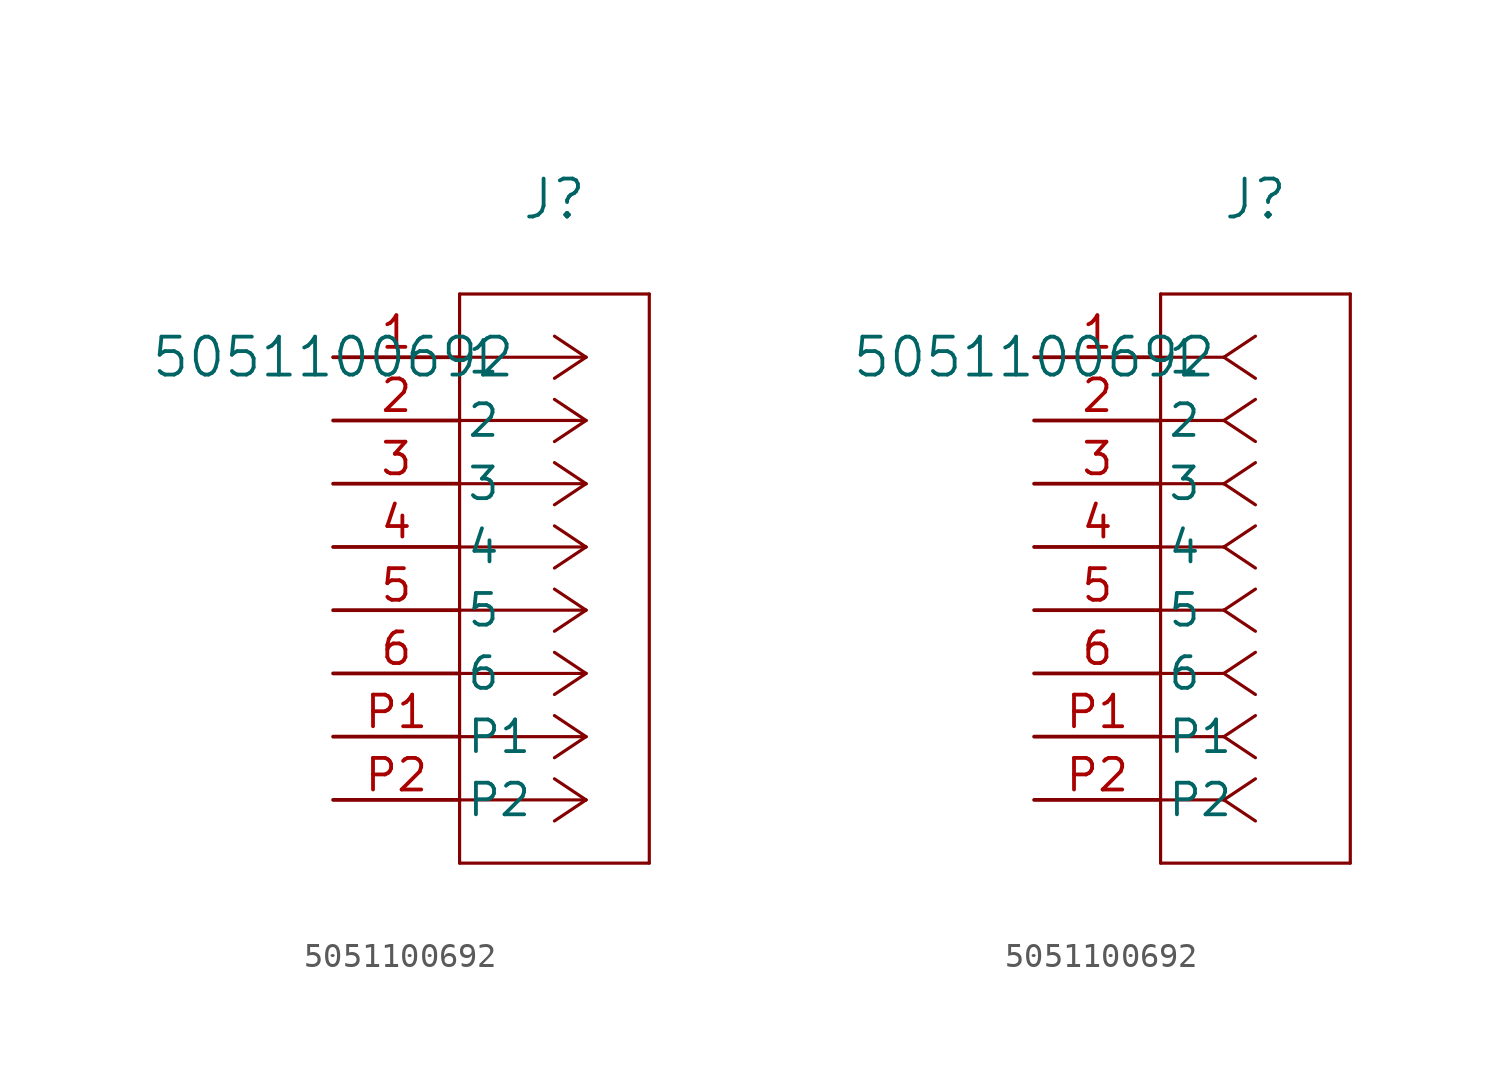
<source format=kicad_sym>
(kicad_symbol_lib
  (version 20211014)
  (generator kicad_symbol_editor)
  (symbol "5051100692"
    (pin_names
      (offset 0.254))
    (property "Reference" "J"
      (at 8.89 6.35 0)
      (effects (font (size 1.524 1.524))))
    (property "Value" "5051100692"
      (at 0 0 0)
      (effects (font (size 1.524 1.524))))
    (symbol "5051100692_1_1"
      (polyline (pts (xy 10.16 0) (xy 5.08 0)) (stroke (width 0.127) (type default) (color 0 0 0 0)) (fill (type none)))
      (polyline (pts (xy 10.16 -2.54) (xy 5.08 -2.54)) (stroke (width 0.127) (type default) (color 0 0 0 0)) (fill (type none)))
      (polyline (pts (xy 10.16 -5.08) (xy 5.08 -5.08)) (stroke (width 0.127) (type default) (color 0 0 0 0)) (fill (type none)))
      (polyline (pts (xy 10.16 -7.62) (xy 5.08 -7.62)) (stroke (width 0.127) (type default) (color 0 0 0 0)) (fill (type none)))
      (polyline (pts (xy 10.16 -10.16) (xy 5.08 -10.16)) (stroke (width 0.127) (type default) (color 0 0 0 0)) (fill (type none)))
      (polyline (pts (xy 10.16 -12.7) (xy 5.08 -12.7)) (stroke (width 0.127) (type default) (color 0 0 0 0)) (fill (type none)))
      (polyline (pts (xy 10.16 -15.24) (xy 5.08 -15.24)) (stroke (width 0.127) (type default) (color 0 0 0 0)) (fill (type none)))
      (polyline (pts (xy 10.16 -17.78) (xy 5.08 -17.78)) (stroke (width 0.127) (type default) (color 0 0 0 0)) (fill (type none)))
      (polyline (pts (xy 10.16 0) (xy 8.89 0.847)) (stroke (width 0.127) (type default) (color 0 0 0 0)) (fill (type none)))
      (polyline (pts (xy 10.16 -2.54) (xy 8.89 -1.693)) (stroke (width 0.127) (type default) (color 0 0 0 0)) (fill (type none)))
      (polyline (pts (xy 10.16 -5.08) (xy 8.89 -4.233)) (stroke (width 0.127) (type default) (color 0 0 0 0)) (fill (type none)))
      (polyline (pts (xy 10.16 -7.62) (xy 8.89 -6.773)) (stroke (width 0.127) (type default) (color 0 0 0 0)) (fill (type none)))
      (polyline (pts (xy 10.16 -10.16) (xy 8.89 -9.313)) (stroke (width 0.127) (type default) (color 0 0 0 0)) (fill (type none)))
      (polyline (pts (xy 10.16 -12.7) (xy 8.89 -11.853)) (stroke (width 0.127) (type default) (color 0 0 0 0)) (fill (type none)))
      (polyline (pts (xy 10.16 -15.24) (xy 8.89 -14.393)) (stroke (width 0.127) (type default) (color 0 0 0 0)) (fill (type none)))
      (polyline (pts (xy 10.16 -17.78) (xy 8.89 -16.933)) (stroke (width 0.127) (type default) (color 0 0 0 0)) (fill (type none)))
      (polyline (pts (xy 10.16 0) (xy 8.89 -0.847)) (stroke (width 0.127) (type default) (color 0 0 0 0)) (fill (type none)))
      (polyline (pts (xy 10.16 -2.54) (xy 8.89 -3.387)) (stroke (width 0.127) (type default) (color 0 0 0 0)) (fill (type none)))
      (polyline (pts (xy 10.16 -5.08) (xy 8.89 -5.927)) (stroke (width 0.127) (type default) (color 0 0 0 0)) (fill (type none)))
      (polyline (pts (xy 10.16 -7.62) (xy 8.89 -8.467)) (stroke (width 0.127) (type default) (color 0 0 0 0)) (fill (type none)))
      (polyline (pts (xy 10.16 -10.16) (xy 8.89 -11.007)) (stroke (width 0.127) (type default) (color 0 0 0 0)) (fill (type none)))
      (polyline (pts (xy 10.16 -12.7) (xy 8.89 -13.547)) (stroke (width 0.127) (type default) (color 0 0 0 0)) (fill (type none)))
      (polyline (pts (xy 10.16 -15.24) (xy 8.89 -16.087)) (stroke (width 0.127) (type default) (color 0 0 0 0)) (fill (type none)))
      (polyline (pts (xy 10.16 -17.78) (xy 8.89 -18.627)) (stroke (width 0.127) (type default) (color 0 0 0 0)) (fill (type none)))
      (polyline (pts (xy 5.08 2.54) (xy 5.08 -20.32)) (stroke (width 0.127) (type default) (color 0 0 0 0)) (fill (type none)))
      (polyline (pts (xy 5.08 -20.32) (xy 12.7 -20.32)) (stroke (width 0.127) (type default) (color 0 0 0 0)) (fill (type none)))
      (polyline (pts (xy 12.7 -20.32) (xy 12.7 2.54)) (stroke (width 0.127) (type default) (color 0 0 0 0)) (fill (type none)))
      (polyline (pts (xy 12.7 2.54) (xy 5.08 2.54)) (stroke (width 0.127) (type default) (color 0 0 0 0)) (fill (type none)))
      (pin unspecified line (at 0 0 0) (length 5.08) (name "1" (effects (font (size 1.27 1.27)))) (number "1" (effects (font (size 1.27 1.27)))))
      (pin unspecified line (at 0 -2.54 0) (length 5.08) (name "2" (effects (font (size 1.27 1.27)))) (number "2" (effects (font (size 1.27 1.27)))))
      (pin unspecified line (at 0 -5.08 0) (length 5.08) (name "3" (effects (font (size 1.27 1.27)))) (number "3" (effects (font (size 1.27 1.27)))))
      (pin unspecified line (at 0 -7.62 0) (length 5.08) (name "4" (effects (font (size 1.27 1.27)))) (number "4" (effects (font (size 1.27 1.27)))))
      (pin unspecified line (at 0 -10.16 0) (length 5.08) (name "5" (effects (font (size 1.27 1.27)))) (number "5" (effects (font (size 1.27 1.27)))))
      (pin unspecified line (at 0 -12.7 0) (length 5.08) (name "6" (effects (font (size 1.27 1.27)))) (number "6" (effects (font (size 1.27 1.27)))))
      (pin unspecified line (at 0 -15.24 0) (length 5.08) (name "P1" (effects (font (size 1.27 1.27)))) (number "P1" (effects (font (size 1.27 1.27)))))
      (pin unspecified line (at 0 -17.78 0) (length 5.08) (name "P2" (effects (font (size 1.27 1.27)))) (number "P2" (effects (font (size 1.27 1.27))))))
    (symbol "5051100692_1_2"
      (polyline (pts (xy 7.62 0) (xy 5.08 0)) (stroke (width 0.127) (type default) (color 0 0 0 0)) (fill (type none)))
      (polyline (pts (xy 7.62 -2.54) (xy 5.08 -2.54)) (stroke (width 0.127) (type default) (color 0 0 0 0)) (fill (type none)))
      (polyline (pts (xy 7.62 -5.08) (xy 5.08 -5.08)) (stroke (width 0.127) (type default) (color 0 0 0 0)) (fill (type none)))
      (polyline (pts (xy 7.62 -7.62) (xy 5.08 -7.62)) (stroke (width 0.127) (type default) (color 0 0 0 0)) (fill (type none)))
      (polyline (pts (xy 7.62 -10.16) (xy 5.08 -10.16)) (stroke (width 0.127) (type default) (color 0 0 0 0)) (fill (type none)))
      (polyline (pts (xy 7.62 -12.7) (xy 5.08 -12.7)) (stroke (width 0.127) (type default) (color 0 0 0 0)) (fill (type none)))
      (polyline (pts (xy 7.62 -15.24) (xy 5.08 -15.24)) (stroke (width 0.127) (type default) (color 0 0 0 0)) (fill (type none)))
      (polyline (pts (xy 7.62 -17.78) (xy 5.08 -17.78)) (stroke (width 0.127) (type default) (color 0 0 0 0)) (fill (type none)))
      (polyline (pts (xy 7.62 0) (xy 8.89 0.847)) (stroke (width 0.127) (type default) (color 0 0 0 0)) (fill (type none)))
      (polyline (pts (xy 7.62 -2.54) (xy 8.89 -1.693)) (stroke (width 0.127) (type default) (color 0 0 0 0)) (fill (type none)))
      (polyline (pts (xy 7.62 -5.08) (xy 8.89 -4.233)) (stroke (width 0.127) (type default) (color 0 0 0 0)) (fill (type none)))
      (polyline (pts (xy 7.62 -7.62) (xy 8.89 -6.773)) (stroke (width 0.127) (type default) (color 0 0 0 0)) (fill (type none)))
      (polyline (pts (xy 7.62 -10.16) (xy 8.89 -9.313)) (stroke (width 0.127) (type default) (color 0 0 0 0)) (fill (type none)))
      (polyline (pts (xy 7.62 -12.7) (xy 8.89 -11.853)) (stroke (width 0.127) (type default) (color 0 0 0 0)) (fill (type none)))
      (polyline (pts (xy 7.62 -15.24) (xy 8.89 -14.393)) (stroke (width 0.127) (type default) (color 0 0 0 0)) (fill (type none)))
      (polyline (pts (xy 7.62 -17.78) (xy 8.89 -16.933)) (stroke (width 0.127) (type default) (color 0 0 0 0)) (fill (type none)))
      (polyline (pts (xy 7.62 0) (xy 8.89 -0.847)) (stroke (width 0.127) (type default) (color 0 0 0 0)) (fill (type none)))
      (polyline (pts (xy 7.62 -2.54) (xy 8.89 -3.387)) (stroke (width 0.127) (type default) (color 0 0 0 0)) (fill (type none)))
      (polyline (pts (xy 7.62 -5.08) (xy 8.89 -5.927)) (stroke (width 0.127) (type default) (color 0 0 0 0)) (fill (type none)))
      (polyline (pts (xy 7.62 -7.62) (xy 8.89 -8.467)) (stroke (width 0.127) (type default) (color 0 0 0 0)) (fill (type none)))
      (polyline (pts (xy 7.62 -10.16) (xy 8.89 -11.007)) (stroke (width 0.127) (type default) (color 0 0 0 0)) (fill (type none)))
      (polyline (pts (xy 7.62 -12.7) (xy 8.89 -13.547)) (stroke (width 0.127) (type default) (color 0 0 0 0)) (fill (type none)))
      (polyline (pts (xy 7.62 -15.24) (xy 8.89 -16.087)) (stroke (width 0.127) (type default) (color 0 0 0 0)) (fill (type none)))
      (polyline (pts (xy 7.62 -17.78) (xy 8.89 -18.627)) (stroke (width 0.127) (type default) (color 0 0 0 0)) (fill (type none)))
      (polyline (pts (xy 5.08 2.54) (xy 5.08 -20.32)) (stroke (width 0.127) (type default) (color 0 0 0 0)) (fill (type none)))
      (polyline (pts (xy 5.08 -20.32) (xy 12.7 -20.32)) (stroke (width 0.127) (type default) (color 0 0 0 0)) (fill (type none)))
      (polyline (pts (xy 12.7 -20.32) (xy 12.7 2.54)) (stroke (width 0.127) (type default) (color 0 0 0 0)) (fill (type none)))
      (polyline (pts (xy 12.7 2.54) (xy 5.08 2.54)) (stroke (width 0.127) (type default) (color 0 0 0 0)) (fill (type none)))
      (pin unspecified line (at 0 0 0) (length 5.08) (name "1" (effects (font (size 1.27 1.27)))) (number "1" (effects (font (size 1.27 1.27)))))
      (pin unspecified line (at 0 -2.54 0) (length 5.08) (name "2" (effects (font (size 1.27 1.27)))) (number "2" (effects (font (size 1.27 1.27)))))
      (pin unspecified line (at 0 -5.08 0) (length 5.08) (name "3" (effects (font (size 1.27 1.27)))) (number "3" (effects (font (size 1.27 1.27)))))
      (pin unspecified line (at 0 -7.62 0) (length 5.08) (name "4" (effects (font (size 1.27 1.27)))) (number "4" (effects (font (size 1.27 1.27)))))
      (pin unspecified line (at 0 -10.16 0) (length 5.08) (name "5" (effects (font (size 1.27 1.27)))) (number "5" (effects (font (size 1.27 1.27)))))
      (pin unspecified line (at 0 -12.7 0) (length 5.08) (name "6" (effects (font (size 1.27 1.27)))) (number "6" (effects (font (size 1.27 1.27)))))
      (pin unspecified line (at 0 -15.24 0) (length 5.08) (name "P1" (effects (font (size 1.27 1.27)))) (number "P1" (effects (font (size 1.27 1.27)))))
      (pin unspecified line (at 0 -17.78 0) (length 5.08) (name "P2" (effects (font (size 1.27 1.27)))) (number "P2" (effects (font (size 1.27 1.27))))))))
</source>
